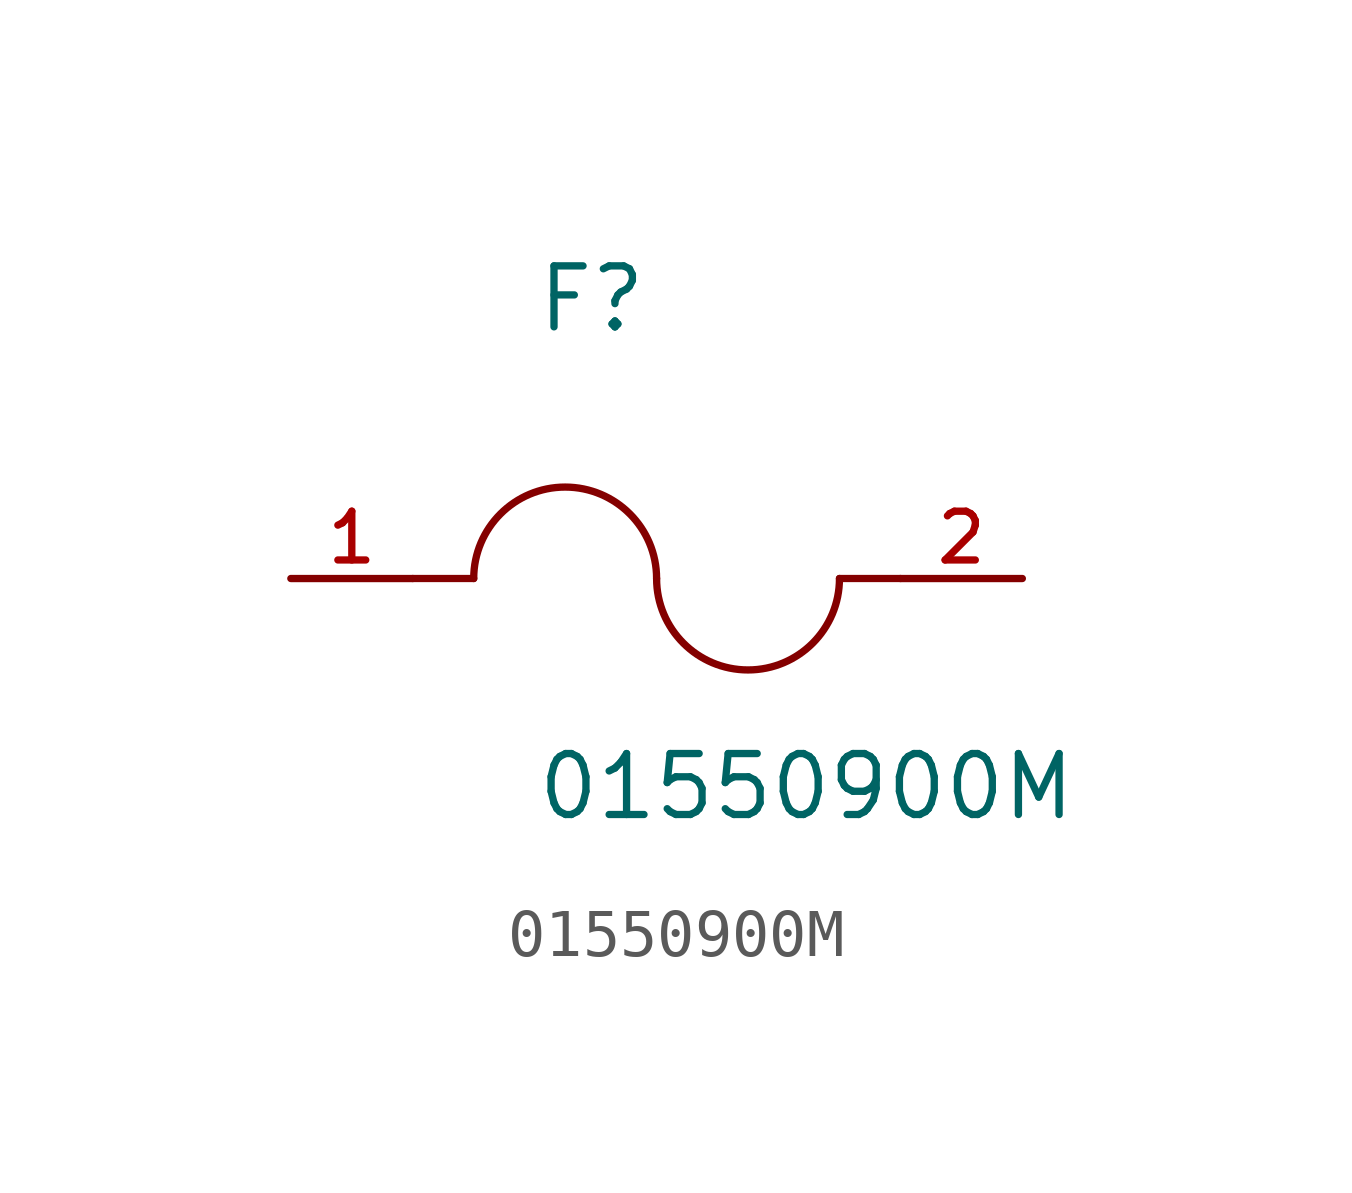
<source format=kicad_sym>
(kicad_symbol_lib
  (version 20211014)
  (generator kicad_symbol_editor)
  (symbol "01550900M"
    (pin_names
      (offset 1.016))
    (property "Reference" "F"
      (at -2.54 5.08 0)
      (effects (font (size 1.27 1.27)) (justify bottom left)))
    (property "Value" "01550900M"
      (at -2.54 -5.08 0)
      (effects (font (size 1.27 1.27)) (justify bottom left)))
    (symbol "01550900M_0_0"
      (arc (start 0.0 0.0) (mid -1.905 1.905) (end -3.81 0.0) (stroke (width 0.1524) (type default) (color 0 0 0 0)) (fill (type none)))
      (arc (start 3.81 0.0) (mid 1.905 -1.905) (end 0.0 0.0) (stroke (width 0.1524) (type default) (color 0 0 0 0)) (fill (type none)))
      (polyline (pts (xy 5.08 0.0) (xy 3.81 0.0)) (stroke (width 0.152)))
      (polyline (pts (xy -5.08 0.0) (xy -3.81 0.0)) (stroke (width 0.152)))
      (pin passive line (at 7.62 0.0 180.0) (length 2.54) (name "~" (effects (font (size 1.016 1.016)))) (number "2" (effects (font (size 1.016 1.016)))))
      (pin passive line (at -7.62 0.0 0) (length 2.54) (name "~" (effects (font (size 1.016 1.016)))) (number "1" (effects (font (size 1.016 1.016))))))))
</source>
